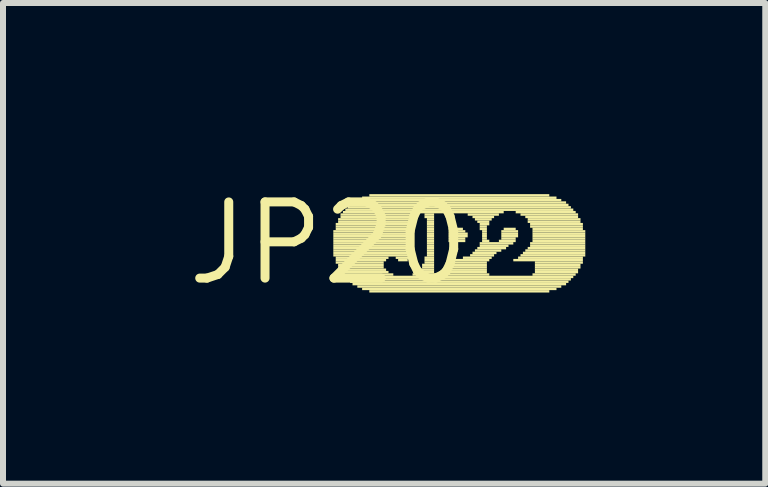
<source format=kicad_pcb>
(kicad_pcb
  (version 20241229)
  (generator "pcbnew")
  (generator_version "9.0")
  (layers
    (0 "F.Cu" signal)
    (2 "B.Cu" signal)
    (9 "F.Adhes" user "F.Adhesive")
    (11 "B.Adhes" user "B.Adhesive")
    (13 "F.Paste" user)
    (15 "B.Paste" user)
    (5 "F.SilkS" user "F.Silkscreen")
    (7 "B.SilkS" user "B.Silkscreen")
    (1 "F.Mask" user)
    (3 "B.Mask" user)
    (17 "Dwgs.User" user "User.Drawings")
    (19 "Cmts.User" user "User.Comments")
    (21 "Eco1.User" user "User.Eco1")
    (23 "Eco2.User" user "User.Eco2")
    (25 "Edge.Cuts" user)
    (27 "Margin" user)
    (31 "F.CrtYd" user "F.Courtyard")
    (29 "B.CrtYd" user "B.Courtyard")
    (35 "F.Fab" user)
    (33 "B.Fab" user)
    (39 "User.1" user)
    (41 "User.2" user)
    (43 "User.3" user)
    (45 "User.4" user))
  (footprint "JP20"
    (layer "F.Cu")
    (at 2.426 1.006)
    (property "Reference" "JP20" (at 0 0 0) (layer "F.SilkS") (effects (font (size 1.27 1.27) (thickness 0.15))))
    (fp_poly (pts (xy 0.08 -0.18) (xy 1.36 -0.18) (xy 1.36 -0.22) (xy 0.08 -0.22)) (stroke (width 0) (type solid)) (fill yes) (layer "F.SilkS"))
    (fp_poly (pts (xy 0.08 -0.14) (xy 1.36 -0.14) (xy 1.36 -0.18) (xy 0.08 -0.18)) (stroke (width 0) (type solid)) (fill yes) (layer "F.SilkS"))
    (fp_poly (pts (xy 0.08 -0.1) (xy 1.36 -0.1) (xy 1.36 -0.14) (xy 0.08 -0.14)) (stroke (width 0) (type solid)) (fill yes) (layer "F.SilkS"))
    (fp_poly (pts (xy 0.08 -0.06) (xy 1.36 -0.06) (xy 1.36 -0.1) (xy 0.08 -0.1)) (stroke (width 0) (type solid)) (fill yes) (layer "F.SilkS"))
    (fp_poly (pts (xy 0.08 -0.02) (xy 1.36 -0.02) (xy 1.36 -0.06) (xy 0.08 -0.06)) (stroke (width 0) (type solid)) (fill yes) (layer "F.SilkS"))
    (fp_poly (pts (xy 0.08 0.02) (xy 1.36 0.02) (xy 1.36 -0.02) (xy 0.08 -0.02)) (stroke (width 0) (type solid)) (fill yes) (layer "F.SilkS"))
    (fp_poly (pts (xy 0.08 0.06) (xy 1.36 0.06) (xy 1.36 0.02) (xy 0.08 0.02)) (stroke (width 0) (type solid)) (fill yes) (layer "F.SilkS"))
    (fp_poly (pts (xy 0.08 0.1) (xy 1.36 0.1) (xy 1.36 0.06) (xy 0.08 0.06)) (stroke (width 0) (type solid)) (fill yes) (layer "F.SilkS"))
    (fp_poly (pts (xy 0.08 0.14) (xy 1.36 0.14) (xy 1.36 0.1) (xy 0.08 0.1)) (stroke (width 0) (type solid)) (fill yes) (layer "F.SilkS"))
    (fp_poly (pts (xy 0.08 0.18) (xy 1.36 0.18) (xy 1.36 0.14) (xy 0.08 0.14)) (stroke (width 0) (type solid)) (fill yes) (layer "F.SilkS"))
    (fp_poly (pts (xy 0.08 0.22) (xy 1.36 0.22) (xy 1.36 0.18) (xy 0.08 0.18)) (stroke (width 0) (type solid)) (fill yes) (layer "F.SilkS"))
    (fp_poly (pts (xy 0.12 -0.3) (xy 1.36 -0.3) (xy 1.36 -0.34) (xy 0.12 -0.34)) (stroke (width 0) (type solid)) (fill yes) (layer "F.SilkS"))
    (fp_poly (pts (xy 0.12 -0.26) (xy 1.36 -0.26) (xy 1.36 -0.3) (xy 0.12 -0.3)) (stroke (width 0) (type solid)) (fill yes) (layer "F.SilkS"))
    (fp_poly (pts (xy 0.12 -0.22) (xy 1.36 -0.22) (xy 1.36 -0.26) (xy 0.12 -0.26)) (stroke (width 0) (type solid)) (fill yes) (layer "F.SilkS"))
    (fp_poly (pts (xy 0.12 0.26) (xy 1 0.26) (xy 1 0.22) (xy 0.12 0.22)) (stroke (width 0) (type solid)) (fill yes) (layer "F.SilkS"))
    (fp_poly (pts (xy 0.12 0.3) (xy 0.96 0.3) (xy 0.96 0.26) (xy 0.12 0.26)) (stroke (width 0) (type solid)) (fill yes) (layer "F.SilkS"))
    (fp_poly (pts (xy 0.12 0.34) (xy 0.92 0.34) (xy 0.92 0.3) (xy 0.12 0.3)) (stroke (width 0) (type solid)) (fill yes) (layer "F.SilkS"))
    (fp_poly (pts (xy 0.16 -0.38) (xy 1.36 -0.38) (xy 1.36 -0.42) (xy 0.16 -0.42)) (stroke (width 0) (type solid)) (fill yes) (layer "F.SilkS"))
    (fp_poly (pts (xy 0.16 -0.34) (xy 1.36 -0.34) (xy 1.36 -0.38) (xy 0.16 -0.38)) (stroke (width 0) (type solid)) (fill yes) (layer "F.SilkS"))
    (fp_poly (pts (xy 0.16 0.38) (xy 0.92 0.38) (xy 0.92 0.34) (xy 0.16 0.34)) (stroke (width 0) (type solid)) (fill yes) (layer "F.SilkS"))
    (fp_poly (pts (xy 0.16 0.42) (xy 0.92 0.42) (xy 0.92 0.38) (xy 0.16 0.38)) (stroke (width 0) (type solid)) (fill yes) (layer "F.SilkS"))
    (fp_poly (pts (xy 0.2 -0.46) (xy 1.4 -0.46) (xy 1.4 -0.5) (xy 0.2 -0.5)) (stroke (width 0) (type solid)) (fill yes) (layer "F.SilkS"))
    (fp_poly (pts (xy 0.2 -0.42) (xy 1.4 -0.42) (xy 1.4 -0.46) (xy 0.2 -0.46)) (stroke (width 0) (type solid)) (fill yes) (layer "F.SilkS"))
    (fp_poly (pts (xy 0.2 0.46) (xy 0.96 0.46) (xy 0.96 0.42) (xy 0.2 0.42)) (stroke (width 0) (type solid)) (fill yes) (layer "F.SilkS"))
    (fp_poly (pts (xy 0.2 0.5) (xy 1 0.5) (xy 1 0.46) (xy 0.2 0.46)) (stroke (width 0) (type solid)) (fill yes) (layer "F.SilkS"))
    (fp_poly (pts (xy 0.24 -0.5) (xy 2.92 -0.5) (xy 2.92 -0.54) (xy 0.24 -0.54)) (stroke (width 0) (type solid)) (fill yes) (layer "F.SilkS"))
    (fp_poly (pts (xy 0.24 0.54) (xy 1.08 0.54) (xy 1.08 0.5) (xy 0.24 0.5)) (stroke (width 0) (type solid)) (fill yes) (layer "F.SilkS"))
    (fp_poly (pts (xy 0.28 -0.54) (xy 4.08 -0.54) (xy 4.08 -0.58) (xy 0.28 -0.58)) (stroke (width 0) (type solid)) (fill yes) (layer "F.SilkS"))
    (fp_poly (pts (xy 0.28 0.58) (xy 4.08 0.58) (xy 4.08 0.54) (xy 0.28 0.54)) (stroke (width 0) (type solid)) (fill yes) (layer "F.SilkS"))
    (fp_poly (pts (xy 0.32 -0.58) (xy 4.04 -0.58) (xy 4.04 -0.62) (xy 0.32 -0.62)) (stroke (width 0) (type solid)) (fill yes) (layer "F.SilkS"))
    (fp_poly (pts (xy 0.32 0.62) (xy 4.04 0.62) (xy 4.04 0.58) (xy 0.32 0.58)) (stroke (width 0) (type solid)) (fill yes) (layer "F.SilkS"))
    (fp_poly (pts (xy 0.36 -0.62) (xy 4 -0.62) (xy 4 -0.66) (xy 0.36 -0.66)) (stroke (width 0) (type solid)) (fill yes) (layer "F.SilkS"))
    (fp_poly (pts (xy 0.36 0.66) (xy 4 0.66) (xy 4 0.62) (xy 0.36 0.62)) (stroke (width 0) (type solid)) (fill yes) (layer "F.SilkS"))
    (fp_poly (pts (xy 0.4 -0.66) (xy 3.96 -0.66) (xy 3.96 -0.7) (xy 0.4 -0.7)) (stroke (width 0) (type solid)) (fill yes) (layer "F.SilkS"))
    (fp_poly (pts (xy 0.4 0.7) (xy 3.96 0.7) (xy 3.96 0.66) (xy 0.4 0.66)) (stroke (width 0) (type solid)) (fill yes) (layer "F.SilkS"))
    (fp_poly (pts (xy 0.48 -0.7) (xy 3.88 -0.7) (xy 3.88 -0.74) (xy 0.48 -0.74)) (stroke (width 0) (type solid)) (fill yes) (layer "F.SilkS"))
    (fp_poly (pts (xy 0.48 0.74) (xy 3.88 0.74) (xy 3.88 0.7) (xy 0.48 0.7)) (stroke (width 0) (type solid)) (fill yes) (layer "F.SilkS"))
    (fp_poly (pts (xy 0.56 -0.74) (xy 3.8 -0.74) (xy 3.8 -0.78) (xy 0.56 -0.78)) (stroke (width 0) (type solid)) (fill yes) (layer "F.SilkS"))
    (fp_poly (pts (xy 0.56 0.78) (xy 3.8 0.78) (xy 3.8 0.74) (xy 0.56 0.74)) (stroke (width 0) (type solid)) (fill yes) (layer "F.SilkS"))
    (fp_poly (pts (xy 0.68 -0.78) (xy 3.68 -0.78) (xy 3.68 -0.82) (xy 0.68 -0.82)) (stroke (width 0) (type solid)) (fill yes) (layer "F.SilkS"))
    (fp_poly (pts (xy 0.68 0.82) (xy 3.68 0.82) (xy 3.68 0.78) (xy 0.68 0.78)) (stroke (width 0) (type solid)) (fill yes) (layer "F.SilkS"))
    (fp_poly (pts (xy 1.12 0.26) (xy 1.36 0.26) (xy 1.36 0.22) (xy 1.12 0.22)) (stroke (width 0) (type solid)) (fill yes) (layer "F.SilkS"))
    (fp_poly (pts (xy 1.16 0.3) (xy 1.32 0.3) (xy 1.32 0.26) (xy 1.16 0.26)) (stroke (width 0) (type solid)) (fill yes) (layer "F.SilkS"))
    (fp_poly (pts (xy 1.4 0.54) (xy 1.8 0.54) (xy 1.8 0.5) (xy 1.4 0.5)) (stroke (width 0) (type solid)) (fill yes) (layer "F.SilkS"))
    (fp_poly (pts (xy 1.48 0.5) (xy 1.76 0.5) (xy 1.76 0.46) (xy 1.48 0.46)) (stroke (width 0) (type solid)) (fill yes) (layer "F.SilkS"))
    (fp_poly (pts (xy 1.52 0.46) (xy 1.76 0.46) (xy 1.76 0.42) (xy 1.52 0.42)) (stroke (width 0) (type solid)) (fill yes) (layer "F.SilkS"))
    (fp_poly (pts (xy 1.56 0.38) (xy 1.76 0.38) (xy 1.76 0.34) (xy 1.56 0.34)) (stroke (width 0) (type solid)) (fill yes) (layer "F.SilkS"))
    (fp_poly (pts (xy 1.56 0.42) (xy 1.76 0.42) (xy 1.76 0.38) (xy 1.56 0.38)) (stroke (width 0) (type solid)) (fill yes) (layer "F.SilkS"))
    (fp_poly (pts (xy 1.6 -0.46) (xy 1.76 -0.46) (xy 1.76 -0.5) (xy 1.6 -0.5)) (stroke (width 0) (type solid)) (fill yes) (layer "F.SilkS"))
    (fp_poly (pts (xy 1.6 -0.42) (xy 1.76 -0.42) (xy 1.76 -0.46) (xy 1.6 -0.46)) (stroke (width 0) (type solid)) (fill yes) (layer "F.SilkS"))
    (fp_poly (pts (xy 1.6 0.26) (xy 1.76 0.26) (xy 1.76 0.22) (xy 1.6 0.22)) (stroke (width 0) (type solid)) (fill yes) (layer "F.SilkS"))
    (fp_poly (pts (xy 1.6 0.3) (xy 1.76 0.3) (xy 1.76 0.26) (xy 1.6 0.26)) (stroke (width 0) (type solid)) (fill yes) (layer "F.SilkS"))
    (fp_poly (pts (xy 1.6 0.34) (xy 1.76 0.34) (xy 1.76 0.3) (xy 1.6 0.3)) (stroke (width 0) (type solid)) (fill yes) (layer "F.SilkS"))
    (fp_poly (pts (xy 1.64 -0.38) (xy 1.76 -0.38) (xy 1.76 -0.42) (xy 1.64 -0.42)) (stroke (width 0) (type solid)) (fill yes) (layer "F.SilkS"))
    (fp_poly (pts (xy 1.64 -0.34) (xy 1.76 -0.34) (xy 1.76 -0.38) (xy 1.64 -0.38)) (stroke (width 0) (type solid)) (fill yes) (layer "F.SilkS"))
    (fp_poly (pts (xy 1.64 -0.3) (xy 1.76 -0.3) (xy 1.76 -0.34) (xy 1.64 -0.34)) (stroke (width 0) (type solid)) (fill yes) (layer "F.SilkS"))
    (fp_poly (pts (xy 1.64 -0.26) (xy 1.76 -0.26) (xy 1.76 -0.3) (xy 1.64 -0.3)) (stroke (width 0) (type solid)) (fill yes) (layer "F.SilkS"))
    (fp_poly (pts (xy 1.64 -0.22) (xy 1.76 -0.22) (xy 1.76 -0.26) (xy 1.64 -0.26)) (stroke (width 0) (type solid)) (fill yes) (layer "F.SilkS"))
    (fp_poly (pts (xy 1.64 -0.18) (xy 1.76 -0.18) (xy 1.76 -0.22) (xy 1.64 -0.22)) (stroke (width 0) (type solid)) (fill yes) (layer "F.SilkS"))
    (fp_poly (pts (xy 1.64 -0.14) (xy 1.76 -0.14) (xy 1.76 -0.18) (xy 1.64 -0.18)) (stroke (width 0) (type solid)) (fill yes) (layer "F.SilkS"))
    (fp_poly (pts (xy 1.64 -0.1) (xy 1.76 -0.1) (xy 1.76 -0.14) (xy 1.64 -0.14)) (stroke (width 0) (type solid)) (fill yes) (layer "F.SilkS"))
    (fp_poly (pts (xy 1.64 -0.06) (xy 1.76 -0.06) (xy 1.76 -0.1) (xy 1.64 -0.1)) (stroke (width 0) (type solid)) (fill yes) (layer "F.SilkS"))
    (fp_poly (pts (xy 1.64 -0.02) (xy 1.76 -0.02) (xy 1.76 -0.06) (xy 1.64 -0.06)) (stroke (width 0) (type solid)) (fill yes) (layer "F.SilkS"))
    (fp_poly (pts (xy 1.64 0.02) (xy 1.76 0.02) (xy 1.76 -0.02) (xy 1.64 -0.02)) (stroke (width 0) (type solid)) (fill yes) (layer "F.SilkS"))
    (fp_poly (pts (xy 1.64 0.06) (xy 1.76 0.06) (xy 1.76 0.02) (xy 1.64 0.02)) (stroke (width 0) (type solid)) (fill yes) (layer "F.SilkS"))
    (fp_poly (pts (xy 1.64 0.1) (xy 1.76 0.1) (xy 1.76 0.06) (xy 1.64 0.06)) (stroke (width 0) (type solid)) (fill yes) (layer "F.SilkS"))
    (fp_poly (pts (xy 1.64 0.14) (xy 1.76 0.14) (xy 1.76 0.1) (xy 1.64 0.1)) (stroke (width 0) (type solid)) (fill yes) (layer "F.SilkS"))
    (fp_poly (pts (xy 1.64 0.18) (xy 1.76 0.18) (xy 1.76 0.14) (xy 1.64 0.14)) (stroke (width 0) (type solid)) (fill yes) (layer "F.SilkS"))
    (fp_poly (pts (xy 1.64 0.22) (xy 1.76 0.22) (xy 1.76 0.18) (xy 1.64 0.18)) (stroke (width 0) (type solid)) (fill yes) (layer "F.SilkS"))
    (fp_poly (pts (xy 1.96 0.54) (xy 2.68 0.54) (xy 2.68 0.5) (xy 1.96 0.5)) (stroke (width 0) (type solid)) (fill yes) (layer "F.SilkS"))
    (fp_poly (pts (xy 2 -0.22) (xy 2.24 -0.22) (xy 2.24 -0.26) (xy 2 -0.26)) (stroke (width 0) (type solid)) (fill yes) (layer "F.SilkS"))
    (fp_poly (pts (xy 2 -0.18) (xy 2.28 -0.18) (xy 2.28 -0.22) (xy 2 -0.22)) (stroke (width 0) (type solid)) (fill yes) (layer "F.SilkS"))
    (fp_poly (pts (xy 2 -0.14) (xy 2.32 -0.14) (xy 2.32 -0.18) (xy 2 -0.18)) (stroke (width 0) (type solid)) (fill yes) (layer "F.SilkS"))
    (fp_poly (pts (xy 2 -0.1) (xy 2.32 -0.1) (xy 2.32 -0.14) (xy 2 -0.14)) (stroke (width 0) (type solid)) (fill yes) (layer "F.SilkS"))
    (fp_poly (pts (xy 2 -0.06) (xy 2.28 -0.06) (xy 2.28 -0.1) (xy 2 -0.1)) (stroke (width 0) (type solid)) (fill yes) (layer "F.SilkS"))
    (fp_poly (pts (xy 2 -0.02) (xy 2.28 -0.02) (xy 2.28 -0.06) (xy 2 -0.06)) (stroke (width 0) (type solid)) (fill yes) (layer "F.SilkS"))
    (fp_poly (pts (xy 2 0.3) (xy 2.68 0.3) (xy 2.68 0.26) (xy 2 0.26)) (stroke (width 0) (type solid)) (fill yes) (layer "F.SilkS"))
    (fp_poly (pts (xy 2 0.34) (xy 2.64 0.34) (xy 2.64 0.3) (xy 2 0.3)) (stroke (width 0) (type solid)) (fill yes) (layer "F.SilkS"))
    (fp_poly (pts (xy 2 0.38) (xy 2.64 0.38) (xy 2.64 0.34) (xy 2 0.34)) (stroke (width 0) (type solid)) (fill yes) (layer "F.SilkS"))
    (fp_poly (pts (xy 2 0.42) (xy 2.64 0.42) (xy 2.64 0.38) (xy 2 0.38)) (stroke (width 0) (type solid)) (fill yes) (layer "F.SilkS"))
    (fp_poly (pts (xy 2 0.46) (xy 2.64 0.46) (xy 2.64 0.42) (xy 2 0.42)) (stroke (width 0) (type solid)) (fill yes) (layer "F.SilkS"))
    (fp_poly (pts (xy 2 0.5) (xy 2.64 0.5) (xy 2.64 0.46) (xy 2 0.46)) (stroke (width 0) (type solid)) (fill yes) (layer "F.SilkS"))
    (fp_poly (pts (xy 2.24 0.26) (xy 2.72 0.26) (xy 2.72 0.22) (xy 2.24 0.22)) (stroke (width 0) (type solid)) (fill yes) (layer "F.SilkS"))
    (fp_poly (pts (xy 2.32 -0.46) (xy 2.84 -0.46) (xy 2.84 -0.5) (xy 2.32 -0.5)) (stroke (width 0) (type solid)) (fill yes) (layer "F.SilkS"))
    (fp_poly (pts (xy 2.36 0.22) (xy 2.76 0.22) (xy 2.76 0.18) (xy 2.36 0.18)) (stroke (width 0) (type solid)) (fill yes) (layer "F.SilkS"))
    (fp_poly (pts (xy 2.4 -0.42) (xy 2.76 -0.42) (xy 2.76 -0.46) (xy 2.4 -0.46)) (stroke (width 0) (type solid)) (fill yes) (layer "F.SilkS"))
    (fp_poly (pts (xy 2.4 0.18) (xy 2.8 0.18) (xy 2.8 0.14) (xy 2.4 0.14)) (stroke (width 0) (type solid)) (fill yes) (layer "F.SilkS"))
    (fp_poly (pts (xy 2.44 -0.38) (xy 2.72 -0.38) (xy 2.72 -0.42) (xy 2.44 -0.42)) (stroke (width 0) (type solid)) (fill yes) (layer "F.SilkS"))
    (fp_poly (pts (xy 2.44 0.14) (xy 2.88 0.14) (xy 2.88 0.1) (xy 2.44 0.1)) (stroke (width 0) (type solid)) (fill yes) (layer "F.SilkS"))
    (fp_poly (pts (xy 2.48 -0.34) (xy 2.68 -0.34) (xy 2.68 -0.38) (xy 2.48 -0.38)) (stroke (width 0) (type solid)) (fill yes) (layer "F.SilkS"))
    (fp_poly (pts (xy 2.48 0.1) (xy 2.96 0.1) (xy 2.96 0.06) (xy 2.48 0.06)) (stroke (width 0) (type solid)) (fill yes) (layer "F.SilkS"))
    (fp_poly (pts (xy 2.52 -0.3) (xy 2.68 -0.3) (xy 2.68 -0.34) (xy 2.52 -0.34)) (stroke (width 0) (type solid)) (fill yes) (layer "F.SilkS"))
    (fp_poly (pts (xy 2.52 -0.26) (xy 2.64 -0.26) (xy 2.64 -0.3) (xy 2.52 -0.3)) (stroke (width 0) (type solid)) (fill yes) (layer "F.SilkS"))
    (fp_poly (pts (xy 2.52 -0.22) (xy 2.64 -0.22) (xy 2.64 -0.26) (xy 2.52 -0.26)) (stroke (width 0) (type solid)) (fill yes) (layer "F.SilkS"))
    (fp_poly (pts (xy 2.52 0.02) (xy 3.08 0.02) (xy 3.08 -0.02) (xy 2.52 -0.02)) (stroke (width 0) (type solid)) (fill yes) (layer "F.SilkS"))
    (fp_poly (pts (xy 2.52 0.06) (xy 3 0.06) (xy 3 0.02) (xy 2.52 0.02)) (stroke (width 0) (type solid)) (fill yes) (layer "F.SilkS"))
    (fp_poly (pts (xy 2.56 -0.18) (xy 2.64 -0.18) (xy 2.64 -0.22) (xy 2.56 -0.22)) (stroke (width 0) (type solid)) (fill yes) (layer "F.SilkS"))
    (fp_poly (pts (xy 2.56 -0.14) (xy 2.64 -0.14) (xy 2.64 -0.18) (xy 2.56 -0.18)) (stroke (width 0) (type solid)) (fill yes) (layer "F.SilkS"))
    (fp_poly (pts (xy 2.56 -0.1) (xy 2.64 -0.1) (xy 2.64 -0.14) (xy 2.56 -0.14)) (stroke (width 0) (type solid)) (fill yes) (layer "F.SilkS"))
    (fp_poly (pts (xy 2.56 -0.06) (xy 2.64 -0.06) (xy 2.64 -0.1) (xy 2.56 -0.1)) (stroke (width 0) (type solid)) (fill yes) (layer "F.SilkS"))
    (fp_poly (pts (xy 2.56 -0.02) (xy 2.68 -0.02) (xy 2.68 -0.06) (xy 2.56 -0.06)) (stroke (width 0) (type solid)) (fill yes) (layer "F.SilkS"))
    (fp_poly (pts (xy 2.84 -0.02) (xy 3.12 -0.02) (xy 3.12 -0.06) (xy 2.84 -0.06)) (stroke (width 0) (type solid)) (fill yes) (layer "F.SilkS"))
    (fp_poly (pts (xy 2.88 -0.18) (xy 3.16 -0.18) (xy 3.16 -0.22) (xy 2.88 -0.22)) (stroke (width 0) (type solid)) (fill yes) (layer "F.SilkS"))
    (fp_poly (pts (xy 2.88 -0.14) (xy 3.16 -0.14) (xy 3.16 -0.18) (xy 2.88 -0.18)) (stroke (width 0) (type solid)) (fill yes) (layer "F.SilkS"))
    (fp_poly (pts (xy 2.88 -0.1) (xy 3.16 -0.1) (xy 3.16 -0.14) (xy 2.88 -0.14)) (stroke (width 0) (type solid)) (fill yes) (layer "F.SilkS"))
    (fp_poly (pts (xy 2.88 -0.06) (xy 3.12 -0.06) (xy 3.12 -0.1) (xy 2.88 -0.1)) (stroke (width 0) (type solid)) (fill yes) (layer "F.SilkS"))
    (fp_poly (pts (xy 2.92 -0.22) (xy 3.12 -0.22) (xy 3.12 -0.26) (xy 2.92 -0.26)) (stroke (width 0) (type solid)) (fill yes) (layer "F.SilkS"))
    (fp_poly (pts (xy 3.08 0.3) (xy 4.24 0.3) (xy 4.24 0.26) (xy 3.08 0.26)) (stroke (width 0) (type solid)) (fill yes) (layer "F.SilkS"))
    (fp_poly (pts (xy 3.12 -0.5) (xy 4.12 -0.5) (xy 4.12 -0.54) (xy 3.12 -0.54)) (stroke (width 0) (type solid)) (fill yes) (layer "F.SilkS"))
    (fp_poly (pts (xy 3.16 0.26) (xy 4.24 0.26) (xy 4.24 0.22) (xy 3.16 0.22)) (stroke (width 0) (type solid)) (fill yes) (layer "F.SilkS"))
    (fp_poly (pts (xy 3.2 -0.46) (xy 4.16 -0.46) (xy 4.16 -0.5) (xy 3.2 -0.5)) (stroke (width 0) (type solid)) (fill yes) (layer "F.SilkS"))
    (fp_poly (pts (xy 3.2 0.22) (xy 4.28 0.22) (xy 4.28 0.18) (xy 3.2 0.18)) (stroke (width 0) (type solid)) (fill yes) (layer "F.SilkS"))
    (fp_poly (pts (xy 3.24 0.18) (xy 4.28 0.18) (xy 4.28 0.14) (xy 3.24 0.14)) (stroke (width 0) (type solid)) (fill yes) (layer "F.SilkS"))
    (fp_poly (pts (xy 3.28 -0.42) (xy 4.16 -0.42) (xy 4.16 -0.46) (xy 3.28 -0.46)) (stroke (width 0) (type solid)) (fill yes) (layer "F.SilkS"))
    (fp_poly (pts (xy 3.28 0.14) (xy 4.28 0.14) (xy 4.28 0.1) (xy 3.28 0.1)) (stroke (width 0) (type solid)) (fill yes) (layer "F.SilkS"))
    (fp_poly (pts (xy 3.32 -0.38) (xy 4.2 -0.38) (xy 4.2 -0.42) (xy 3.32 -0.42)) (stroke (width 0) (type solid)) (fill yes) (layer "F.SilkS"))
    (fp_poly (pts (xy 3.32 -0.34) (xy 4.2 -0.34) (xy 4.2 -0.38) (xy 3.32 -0.38)) (stroke (width 0) (type solid)) (fill yes) (layer "F.SilkS"))
    (fp_poly (pts (xy 3.32 0.1) (xy 4.28 0.1) (xy 4.28 0.06) (xy 3.32 0.06)) (stroke (width 0) (type solid)) (fill yes) (layer "F.SilkS"))
    (fp_poly (pts (xy 3.36 -0.3) (xy 4.24 -0.3) (xy 4.24 -0.34) (xy 3.36 -0.34)) (stroke (width 0) (type solid)) (fill yes) (layer "F.SilkS"))
    (fp_poly (pts (xy 3.36 -0.26) (xy 4.24 -0.26) (xy 4.24 -0.3) (xy 3.36 -0.3)) (stroke (width 0) (type solid)) (fill yes) (layer "F.SilkS"))
    (fp_poly (pts (xy 3.36 0.02) (xy 4.28 0.02) (xy 4.28 -0.02) (xy 3.36 -0.02)) (stroke (width 0) (type solid)) (fill yes) (layer "F.SilkS"))
    (fp_poly (pts (xy 3.36 0.06) (xy 4.28 0.06) (xy 4.28 0.02) (xy 3.36 0.02)) (stroke (width 0) (type solid)) (fill yes) (layer "F.SilkS"))
    (fp_poly (pts (xy 3.4 -0.22) (xy 4.24 -0.22) (xy 4.24 -0.26) (xy 3.4 -0.26)) (stroke (width 0) (type solid)) (fill yes) (layer "F.SilkS"))
    (fp_poly (pts (xy 3.4 -0.18) (xy 4.28 -0.18) (xy 4.28 -0.22) (xy 3.4 -0.22)) (stroke (width 0) (type solid)) (fill yes) (layer "F.SilkS"))
    (fp_poly (pts (xy 3.4 -0.14) (xy 4.28 -0.14) (xy 4.28 -0.18) (xy 3.4 -0.18)) (stroke (width 0) (type solid)) (fill yes) (layer "F.SilkS"))
    (fp_poly (pts (xy 3.4 -0.1) (xy 4.28 -0.1) (xy 4.28 -0.14) (xy 3.4 -0.14)) (stroke (width 0) (type solid)) (fill yes) (layer "F.SilkS"))
    (fp_poly (pts (xy 3.4 -0.06) (xy 4.28 -0.06) (xy 4.28 -0.1) (xy 3.4 -0.1)) (stroke (width 0) (type solid)) (fill yes) (layer "F.SilkS"))
    (fp_poly (pts (xy 3.4 -0.02) (xy 4.28 -0.02) (xy 4.28 -0.06) (xy 3.4 -0.06)) (stroke (width 0) (type solid)) (fill yes) (layer "F.SilkS"))
    (fp_poly (pts (xy 3.4 0.54) (xy 4.12 0.54) (xy 4.12 0.5) (xy 3.4 0.5)) (stroke (width 0) (type solid)) (fill yes) (layer "F.SilkS"))
    (fp_poly (pts (xy 3.44 0.34) (xy 4.24 0.34) (xy 4.24 0.3) (xy 3.44 0.3)) (stroke (width 0) (type solid)) (fill yes) (layer "F.SilkS"))
    (fp_poly (pts (xy 3.44 0.38) (xy 4.2 0.38) (xy 4.2 0.34) (xy 3.44 0.34)) (stroke (width 0) (type solid)) (fill yes) (layer "F.SilkS"))
    (fp_poly (pts (xy 3.44 0.42) (xy 4.2 0.42) (xy 4.2 0.38) (xy 3.44 0.38)) (stroke (width 0) (type solid)) (fill yes) (layer "F.SilkS"))
    (fp_poly (pts (xy 3.44 0.46) (xy 4.16 0.46) (xy 4.16 0.42) (xy 3.44 0.42)) (stroke (width 0) (type solid)) (fill yes) (layer "F.SilkS"))
    (fp_poly (pts (xy 3.44 0.5) (xy 4.16 0.5) (xy 4.16 0.46) (xy 3.44 0.46)) (stroke (width 0) (type solid)) (fill yes) (layer "F.SilkS")))
  (gr_rect
    (start -3 -3)
    (end 9.706 5.012)
    (stroke (width 0.1) (type default))
    (fill no)
    (layer "Edge.Cuts")))
</source>
